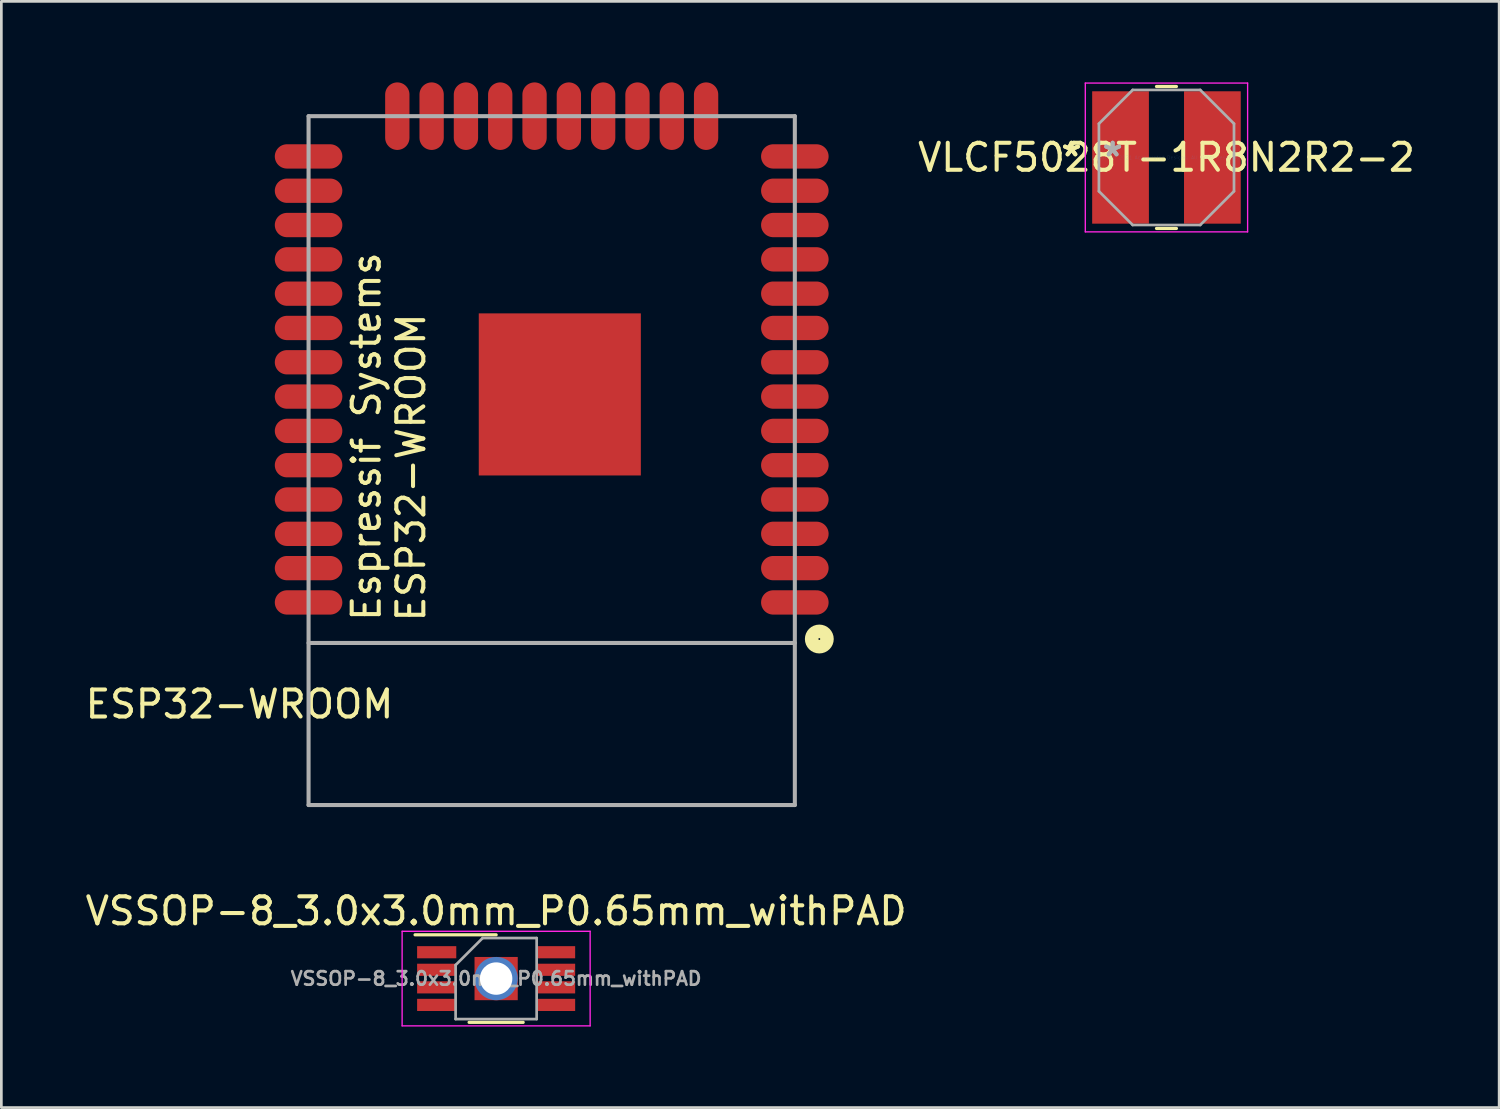
<source format=kicad_pcb>
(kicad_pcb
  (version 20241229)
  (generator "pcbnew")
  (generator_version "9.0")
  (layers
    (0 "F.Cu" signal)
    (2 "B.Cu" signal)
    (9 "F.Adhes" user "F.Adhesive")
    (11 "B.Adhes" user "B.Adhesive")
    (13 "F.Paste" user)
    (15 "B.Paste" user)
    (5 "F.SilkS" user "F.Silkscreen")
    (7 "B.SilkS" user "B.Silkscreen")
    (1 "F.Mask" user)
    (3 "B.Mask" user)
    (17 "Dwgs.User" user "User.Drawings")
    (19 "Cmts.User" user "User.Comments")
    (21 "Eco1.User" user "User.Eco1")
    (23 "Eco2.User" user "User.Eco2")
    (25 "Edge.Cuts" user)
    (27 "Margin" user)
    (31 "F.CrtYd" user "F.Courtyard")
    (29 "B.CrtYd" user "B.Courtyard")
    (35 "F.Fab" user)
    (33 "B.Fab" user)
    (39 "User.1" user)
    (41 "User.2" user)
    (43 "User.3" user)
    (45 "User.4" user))
  (footprint "VSSOP-8_3.0x3.0mm_P0.65mm_withPAD"
    (layer "F.Cu")
    (at 15.315 33.173)
    (property "Reference" "VSSOP-8_3.0x3.0mm_P0.65mm_withPAD" (at 0 -2.5 0) (layer "F.SilkS") (effects (font (size 1 1) (thickness 0.15))))
    (attr smd)
    (fp_line (start 0 -1.62) (end -3 -1.62) (stroke (width 0.12) (type solid)) (layer "F.SilkS"))
    (fp_line (start 1 1.62) (end -1 1.62) (stroke (width 0.12) (type solid)) (layer "F.SilkS"))
    (fp_line (start -3.48 -1.75) (end 3.48 -1.75) (stroke (width 0.05) (type solid)) (layer "F.CrtYd"))
    (fp_line (start -3.48 1.75) (end -3.48 -1.75) (stroke (width 0.05) (type solid)) (layer "F.CrtYd"))
    (fp_line (start 3.48 -1.75) (end 3.48 1.75) (stroke (width 0.05) (type solid)) (layer "F.CrtYd"))
    (fp_line (start 3.48 1.75) (end -3.48 1.75) (stroke (width 0.05) (type solid)) (layer "F.CrtYd"))
    (fp_line (start -1.5 1.5) (end -1.5 -0.5) (stroke (width 0.1) (type solid)) (layer "F.Fab"))
    (fp_line (start -0.5 -1.5) (end -1.5 -0.5) (stroke (width 0.1) (type solid)) (layer "F.Fab"))
    (fp_line (start -0.5 -1.5) (end 1.5 -1.5) (stroke (width 0.1) (type solid)) (layer "F.Fab"))
    (fp_line (start 1.5 -1.5) (end 1.5 1.5) (stroke (width 0.1) (type solid)) (layer "F.Fab"))
    (fp_line (start 1.5 1.5) (end -1.5 1.5) (stroke (width 0.1) (type solid)) (layer "F.Fab"))
    (fp_text user "${REFERENCE}" (at 0 0 0) (layer "F.Fab") (effects (font (size 0.5 0.5) (thickness 0.1))))
    (pad "1" smd rect (at -2.2 -0.975 270) (size 0.45 1.45) (layers "F.Cu" "F.Mask" "F.Paste"))
    (pad "2" smd rect (at -2.2 -0.325 270) (size 0.45 1.45) (layers "F.Cu" "F.Mask" "F.Paste"))
    (pad "3" smd rect (at -2.2 0.325 270) (size 0.45 1.45) (layers "F.Cu" "F.Mask" "F.Paste"))
    (pad "4" smd rect (at -2.2 0.975 270) (size 0.45 1.45) (layers "F.Cu" "F.Mask" "F.Paste"))
    (pad "5" smd rect (at 2.2 0.975 270) (size 0.45 1.45) (layers "F.Cu" "F.Mask" "F.Paste"))
    (pad "6" smd rect (at 2.2 0.325 270) (size 0.45 1.45) (layers "F.Cu" "F.Mask" "F.Paste"))
    (pad "7" smd rect (at 2.2 -0.325 270) (size 0.45 1.45) (layers "F.Cu" "F.Mask" "F.Paste"))
    (pad "8" smd rect (at 2.2 -0.975 270) (size 0.45 1.45) (layers "F.Cu" "F.Mask" "F.Paste"))
    (pad "9" thru_hole circle (at 0 0 270) (size 1.6 1.6) (drill 1.2) (layers "*.Cu" "*.Mask"))
    (pad "9" smd rect (at 0 0 270) (size 1.6 1.6) (layers "F.Cu" "F.Mask" "F.Paste")))
  (footprint "ESP32-WROOM"
    (layer "F.Cu")
    (at 17.372 14)
    (property "Reference" "ESP32-WROOM" (at -11.557 9.017 0) (layer "F.SilkS") (effects (font (size 1 1) (thickness 0.15))))
    (fp_circle (center 9.906 6.604) (end 10.033 6.858) (stroke (width 0.5) (type solid)) (fill no) (layer "F.SilkS"))
    (fp_line (start -9 -12.75) (end 9 -12.75) (stroke (width 0.15) (type solid)) (layer "F.Fab"))
    (fp_line (start -9 6.75) (end 9 6.75) (stroke (width 0.15) (type solid)) (layer "F.Fab"))
    (fp_line (start -9 12.75) (end -9 -12.75) (stroke (width 0.15) (type solid)) (layer "F.Fab"))
    (fp_line (start -9 12.75) (end 9 12.75) (stroke (width 0.15) (type solid)) (layer "F.Fab"))
    (fp_line (start 9 12.75) (end 9 -12.75) (stroke (width 0.15) (type solid)) (layer "F.Fab"))
    (fp_text user "Espressif Systems" (at -6.858 -0.889 90) (layer "F.SilkS") (effects (font (size 1 1) (thickness 0.15))))
    (fp_text user "ESP32-WROOM" (at -5.207 0.254 90) (layer "F.SilkS") (effects (font (size 1 1) (thickness 0.15))))
    (pad "1" smd oval (at 9 5.25) (size 2.5 0.9) (layers "F.Cu" "F.Mask" "F.Paste"))
    (pad "2" smd oval (at 9 3.98) (size 2.5 0.9) (layers "F.Cu" "F.Mask" "F.Paste"))
    (pad "3" smd oval (at 9 2.71) (size 2.5 0.9) (layers "F.Cu" "F.Mask" "F.Paste"))
    (pad "4" smd oval (at 9 1.44) (size 2.5 0.9) (layers "F.Cu" "F.Mask" "F.Paste"))
    (pad "5" smd oval (at 9 0.17) (size 2.5 0.9) (layers "F.Cu" "F.Mask" "F.Paste"))
    (pad "6" smd oval (at 9 -1.1) (size 2.5 0.9) (layers "F.Cu" "F.Mask" "F.Paste"))
    (pad "7" smd oval (at 9 -2.37) (size 2.5 0.9) (layers "F.Cu" "F.Mask" "F.Paste"))
    (pad "8" smd oval (at 9 -3.64) (size 2.5 0.9) (layers "F.Cu" "F.Mask" "F.Paste"))
    (pad "9" smd oval (at 9 -4.91) (size 2.5 0.9) (layers "F.Cu" "F.Mask" "F.Paste"))
    (pad "10" smd oval (at 9 -6.18) (size 2.5 0.9) (layers "F.Cu" "F.Mask" "F.Paste"))
    (pad "11" smd oval (at 9 -7.45) (size 2.5 0.9) (layers "F.Cu" "F.Mask" "F.Paste"))
    (pad "12" smd oval (at 9 -8.72) (size 2.5 0.9) (layers "F.Cu" "F.Mask" "F.Paste"))
    (pad "13" smd oval (at 9 -9.99) (size 2.5 0.9) (layers "F.Cu" "F.Mask" "F.Paste"))
    (pad "14" smd oval (at 9 -11.26) (size 2.5 0.9) (layers "F.Cu" "F.Mask" "F.Paste"))
    (pad "15" smd oval (at 5.715 -12.75) (size 0.9 2.5) (layers "F.Cu" "F.Mask" "F.Paste"))
    (pad "16" smd oval (at 4.445 -12.75) (size 0.9 2.5) (layers "F.Cu" "F.Mask" "F.Paste"))
    (pad "17" smd oval (at 3.175 -12.75) (size 0.9 2.5) (layers "F.Cu" "F.Mask" "F.Paste"))
    (pad "18" smd oval (at 1.905 -12.75) (size 0.9 2.5) (layers "F.Cu" "F.Mask" "F.Paste"))
    (pad "19" smd oval (at 0.635 -12.75) (size 0.9 2.5) (layers "F.Cu" "F.Mask" "F.Paste"))
    (pad "20" smd oval (at -0.635 -12.75) (size 0.9 2.5) (layers "F.Cu" "F.Mask" "F.Paste"))
    (pad "21" smd oval (at -1.905 -12.75) (size 0.9 2.5) (layers "F.Cu" "F.Mask" "F.Paste"))
    (pad "22" smd oval (at -3.175 -12.75) (size 0.9 2.5) (layers "F.Cu" "F.Mask" "F.Paste"))
    (pad "23" smd oval (at -4.445 -12.75) (size 0.9 2.5) (layers "F.Cu" "F.Mask" "F.Paste"))
    (pad "24" smd oval (at -5.715 -12.75) (size 0.9 2.5) (layers "F.Cu" "F.Mask" "F.Paste"))
    (pad "25" smd oval (at -9 -11.26) (size 2.5 0.9) (layers "F.Cu" "F.Mask" "F.Paste"))
    (pad "26" smd oval (at -9 -9.99) (size 2.5 0.9) (layers "F.Cu" "F.Mask" "F.Paste"))
    (pad "27" smd oval (at -9 -8.72) (size 2.5 0.9) (layers "F.Cu" "F.Mask" "F.Paste"))
    (pad "28" smd oval (at -9 -7.45) (size 2.5 0.9) (layers "F.Cu" "F.Mask" "F.Paste"))
    (pad "29" smd oval (at -9 -6.18) (size 2.5 0.9) (layers "F.Cu" "F.Mask" "F.Paste"))
    (pad "30" smd oval (at -9 -4.91) (size 2.5 0.9) (layers "F.Cu" "F.Mask" "F.Paste"))
    (pad "31" smd oval (at -9 -3.64) (size 2.5 0.9) (layers "F.Cu" "F.Mask" "F.Paste"))
    (pad "32" smd oval (at -9 -2.37) (size 2.5 0.9) (layers "F.Cu" "F.Mask" "F.Paste"))
    (pad "33" smd oval (at -9 -1.1) (size 2.5 0.9) (layers "F.Cu" "F.Mask" "F.Paste"))
    (pad "34" smd oval (at -9 0.17) (size 2.5 0.9) (layers "F.Cu" "F.Mask" "F.Paste"))
    (pad "35" smd oval (at -9 1.44) (size 2.5 0.9) (layers "F.Cu" "F.Mask" "F.Paste"))
    (pad "36" smd oval (at -9 2.71) (size 2.5 0.9) (layers "F.Cu" "F.Mask" "F.Paste"))
    (pad "37" smd oval (at -9 3.98) (size 2.5 0.9) (layers "F.Cu" "F.Mask" "F.Paste"))
    (pad "38" smd oval (at -9 5.25) (size 2.5 0.9) (layers "F.Cu" "F.Mask" "F.Paste"))
    (pad "39" smd rect (at 0.3 -2.45) (size 6 6) (layers "F.Cu" "F.Mask" "F.Paste")))
  (footprint "VLCF5028T-1R8N2R2-2"
    (layer "F.Cu")
    (at 40.128 2.779)
    (property "Reference" "VLCF5028T-1R8N2R2-2" (at 0 0 0) (layer "F.SilkS") (effects (font (size 1 1) (thickness 0.15))))
    (attr through_hole)
    (fp_line (start -0.368 2.627) (end 0.368 2.627) (stroke (width 0.12) (type solid)) (layer "F.SilkS"))
    (fp_line (start 0.368 -2.627) (end -0.368 -2.627) (stroke (width 0.12) (type solid)) (layer "F.SilkS"))
    (fp_line (start -3.004 -2.754) (end 3.004 -2.754) (stroke (width 0.05) (type solid)) (layer "F.CrtYd"))
    (fp_line (start -3.004 2.754) (end -3.004 -2.754) (stroke (width 0.05) (type solid)) (layer "F.CrtYd"))
    (fp_line (start 3.004 -2.754) (end 3.004 2.754) (stroke (width 0.05) (type solid)) (layer "F.CrtYd"))
    (fp_line (start 3.004 2.754) (end -3.004 2.754) (stroke (width 0.05) (type solid)) (layer "F.CrtYd"))
    (fp_line (start -2.5 -1.25) (end -2.5 1.25) (stroke (width 0.1) (type solid)) (layer "F.Fab"))
    (fp_line (start -2.5 1.25) (end -1.25 2.5) (stroke (width 0.1) (type solid)) (layer "F.Fab"))
    (fp_line (start -1.25 -2.5) (end -2.5 -1.25) (stroke (width 0.1) (type solid)) (layer "F.Fab"))
    (fp_line (start -1.25 2.5) (end 1.25 2.5) (stroke (width 0.1) (type solid)) (layer "F.Fab"))
    (fp_line (start 1.25 -2.5) (end -1.25 -2.5) (stroke (width 0.1) (type solid)) (layer "F.Fab"))
    (fp_line (start 1.25 2.5) (end 2.5 1.25) (stroke (width 0.1) (type solid)) (layer "F.Fab"))
    (fp_line (start 2.5 -1.25) (end 1.25 -2.5) (stroke (width 0.1) (type solid)) (layer "F.Fab"))
    (fp_line (start 2.5 1.25) (end 2.5 -1.25) (stroke (width 0.1) (type solid)) (layer "F.Fab"))
    (fp_text user "*" (at -3.516 0 0) (layer "F.SilkS") (effects (font (size 1 1) (thickness 0.15))))
    (fp_text user "*" (at -3.516 0 0) (layer "F.SilkS") (effects (font (size 1 1) (thickness 0.15))))
    (fp_text user "Copyright 2021 Accelerated Designs. All rights reserved." (at 0 0 0) (layer "Cmts.User") (effects (font (size 0.127 0.127) (thickness 0.002))))
    (fp_text user "*" (at -1.992 0 0) (layer "F.Fab") (effects (font (size 1 1) (thickness 0.15))))
    (fp_text user "*" (at -1.992 0 0) (layer "F.Fab") (effects (font (size 1 1) (thickness 0.15))))
    (pad "1" smd rect (at -1.7 0) (size 2.1 4.9) (layers "F.Cu" "F.Mask" "F.Paste"))
    (pad "2" smd rect (at 1.7 0) (size 2.1 4.9) (layers "F.Cu" "F.Mask" "F.Paste")))
  (gr_rect
    (start -3 -3)
    (end 52.443 37.948)
    (stroke (width 0.1) (type default))
    (fill no)
    (layer "Edge.Cuts")))
</source>
